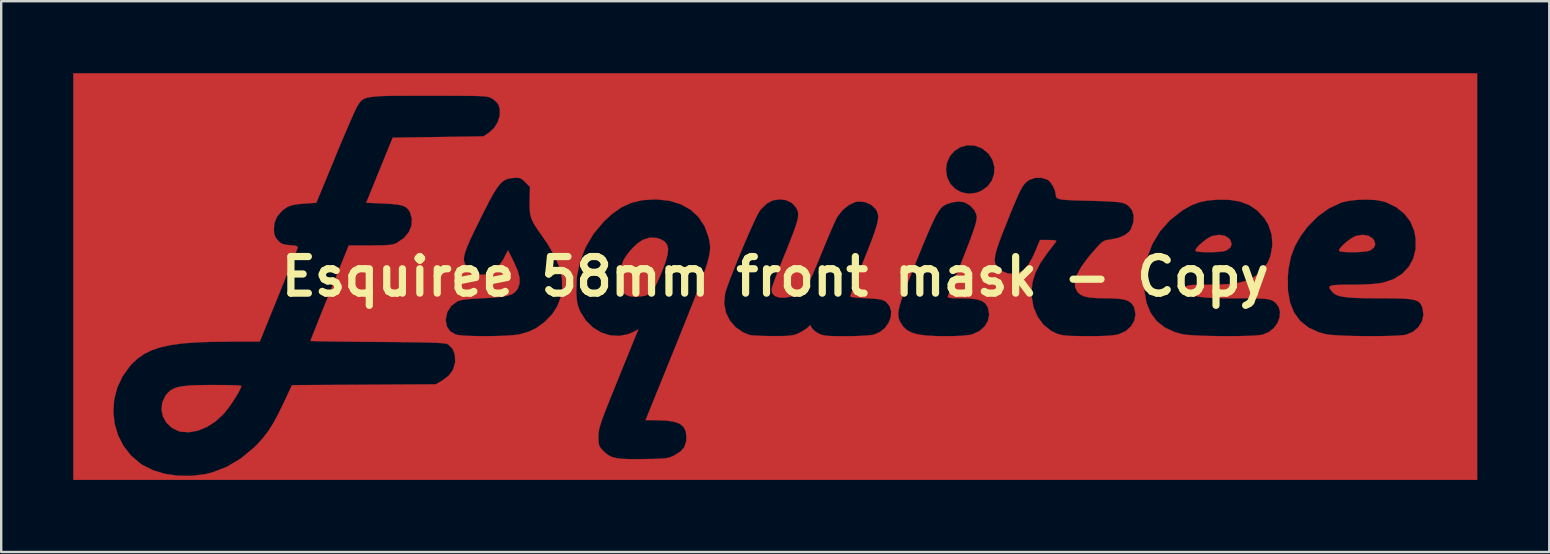
<source format=kicad_pcb>
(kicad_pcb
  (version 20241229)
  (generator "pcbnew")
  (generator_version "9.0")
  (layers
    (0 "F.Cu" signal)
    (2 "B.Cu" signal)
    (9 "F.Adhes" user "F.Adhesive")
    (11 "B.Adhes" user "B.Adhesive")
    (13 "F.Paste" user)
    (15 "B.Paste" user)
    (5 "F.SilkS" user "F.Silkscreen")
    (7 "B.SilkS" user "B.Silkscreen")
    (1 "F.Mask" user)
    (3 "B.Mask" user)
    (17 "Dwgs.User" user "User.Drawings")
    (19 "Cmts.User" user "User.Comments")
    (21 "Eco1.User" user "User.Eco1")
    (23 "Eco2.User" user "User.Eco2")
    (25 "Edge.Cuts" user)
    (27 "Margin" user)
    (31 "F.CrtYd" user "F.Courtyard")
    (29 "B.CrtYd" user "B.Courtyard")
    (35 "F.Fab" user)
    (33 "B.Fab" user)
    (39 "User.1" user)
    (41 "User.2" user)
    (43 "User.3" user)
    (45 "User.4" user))
  (footprint "Esquiree 58mm front mask - Copy"
    (layer "F.Cu")
    (at 29.243 8.472)
    (property "Reference" "Esquiree 58mm front mask - Copy" (at 0 0 0) (layer "F.SilkS") (effects (font (size 1.524 1.524) (thickness 0.3))))
    (attr through_hole)
    (fp_poly (pts (xy 18.726 -1.701) (xy 18.905 -1.589) (xy 18.963 -1.51) (xy 19.012 -1.345) (xy 18.954 -1.206) (xy 18.79 -1.087) (xy 18.678 -1.056) (xy 18.499 -1.034) (xy 18.278 -1.02) (xy 18.044 -1.015) (xy 17.822 -1.02) (xy 17.64 -1.034) (xy 17.525 -1.057) (xy 17.498 -1.08) (xy 17.542 -1.177) (xy 17.657 -1.308) (xy 17.816 -1.449) (xy 17.991 -1.578) (xy 18.155 -1.672) (xy 18.22 -1.696) (xy 18.49 -1.739) (xy 18.726 -1.701)) (stroke (width 0.01) (type solid)) (fill yes) (layer "F.Cu"))
    (fp_poly (pts (xy 24.709 -1.701) (xy 24.888 -1.589) (xy 24.947 -1.51) (xy 24.995 -1.345) (xy 24.937 -1.206) (xy 24.774 -1.087) (xy 24.662 -1.056) (xy 24.482 -1.034) (xy 24.261 -1.02) (xy 24.027 -1.015) (xy 23.805 -1.02) (xy 23.623 -1.034) (xy 23.508 -1.057) (xy 23.481 -1.08) (xy 23.525 -1.177) (xy 23.64 -1.308) (xy 23.799 -1.449) (xy 23.974 -1.578) (xy 24.139 -1.672) (xy 24.203 -1.696) (xy 24.473 -1.739) (xy 24.709 -1.701)) (stroke (width 0.01) (type solid)) (fill yes) (layer "F.Cu"))
    (fp_poly (pts (xy -23.064 4.517) (xy -22.755 4.521) (xy -22.504 4.528) (xy -22.329 4.537) (xy -22.244 4.546) (xy -22.239 4.55) (xy -22.271 4.654) (xy -22.357 4.823) (xy -22.481 5.034) (xy -22.628 5.261) (xy -22.784 5.48) (xy -22.932 5.668) (xy -22.982 5.726) (xy -23.315 6.031) (xy -23.679 6.264) (xy -24.055 6.418) (xy -24.426 6.485) (xy -24.772 6.459) (xy -24.853 6.437) (xy -25.145 6.293) (xy -25.364 6.082) (xy -25.506 5.824) (xy -25.564 5.54) (xy -25.534 5.251) (xy -25.409 4.975) (xy -25.3 4.839) (xy -25.188 4.74) (xy -25.054 4.662) (xy -24.883 4.604) (xy -24.662 4.563) (xy -24.375 4.536) (xy -24.008 4.521) (xy -23.546 4.516) (xy -23.414 4.516) (xy -23.064 4.517)) (stroke (width 0.01) (type solid)) (fill yes) (layer "F.Cu"))
    (fp_poly (pts (xy -4.934 -1.61) (xy -4.772 -1.557) (xy -4.607 -1.462) (xy -4.504 -1.331) (xy -4.462 -1.155) (xy -4.483 -0.921) (xy -4.565 -0.619) (xy -4.708 -0.236) (xy -4.757 -0.118) (xy -4.903 0.217) (xy -5.028 0.461) (xy -5.145 0.629) (xy -5.272 0.735) (xy -5.422 0.796) (xy -5.611 0.826) (xy -5.716 0.833) (xy -5.944 0.836) (xy -6.106 0.808) (xy -6.245 0.741) (xy -6.25 0.739) (xy -6.393 0.609) (xy -6.466 0.467) (xy -6.499 0.327) (xy -6.522 0.24) (xy -6.526 0.121) (xy -6.5 -0.067) (xy -6.451 -0.287) (xy -6.389 -0.504) (xy -6.321 -0.679) (xy -6.313 -0.695) (xy -6.16 -0.934) (xy -5.955 -1.177) (xy -5.731 -1.387) (xy -5.522 -1.529) (xy -5.228 -1.625) (xy -4.934 -1.61)) (stroke (width 0.01) (type solid)) (fill yes) (layer "F.Cu"))
    (fp_poly (pts (xy 29.238 8.467) (xy -29.238 8.467) (xy -29.238 5.631) (xy -27.572 5.631) (xy -27.518 6.132) (xy -27.375 6.613) (xy -27.145 7.06) (xy -26.831 7.46) (xy -26.433 7.797) (xy -26.364 7.843) (xy -25.92 8.067) (xy -25.41 8.219) (xy -24.857 8.298) (xy -24.286 8.301) (xy -23.718 8.224) (xy -23.444 8.156) (xy -22.844 7.923) (xy -22.271 7.582) (xy -21.727 7.135) (xy -21.553 6.962) (xy -21.323 6.706) (xy -21.115 6.431) (xy -20.914 6.114) (xy -20.707 5.733) (xy -20.48 5.269) (xy -20.464 5.235) (xy -20.131 4.521) (xy -17.135 4.504) (xy -14.139 4.487) (xy -13.875 4.332) (xy -13.6 4.127) (xy -13.425 3.887) (xy -13.339 3.596) (xy -13.332 3.54) (xy -13.346 3.245) (xy -13.442 3.004) (xy -13.615 2.835) (xy -13.651 2.815) (xy -13.707 2.796) (xy -13.806 2.781) (xy -13.954 2.767) (xy -14.162 2.756) (xy -14.437 2.747) (xy -14.788 2.739) (xy -15.224 2.732) (xy -15.753 2.727) (xy -16.384 2.722) (xy -16.581 2.721) (xy -17.129 2.717) (xy -17.641 2.712) (xy -18.107 2.707) (xy -18.515 2.701) (xy -18.855 2.695) (xy -19.116 2.689) (xy -19.288 2.683) (xy -19.359 2.677) (xy -19.36 2.676) (xy -19.34 2.619) (xy -19.282 2.469) (xy -19.19 2.238) (xy -19.07 1.937) (xy -19.022 1.815) (xy -13.726 1.815) (xy -13.68 2.074) (xy -13.54 2.278) (xy -13.316 2.41) (xy -13.17 2.439) (xy -12.935 2.46) (xy -12.632 2.474) (xy -12.286 2.481) (xy -11.918 2.481) (xy -11.552 2.474) (xy -11.21 2.46) (xy -10.915 2.439) (xy -10.69 2.411) (xy -10.624 2.398) (xy -10.254 2.289) (xy -9.947 2.139) (xy -9.651 1.924) (xy -9.576 1.859) (xy -9.286 1.561) (xy -9.083 1.244) (xy -8.951 0.902) (xy -8.897 0.617) (xy -8.288 0.617) (xy -8.271 0.903) (xy -8.241 1.115) (xy -8.191 1.293) (xy -8.113 1.474) (xy -8.11 1.481) (xy -7.88 1.839) (xy -7.588 2.124) (xy -7.249 2.329) (xy -6.881 2.447) (xy -6.5 2.472) (xy -6.122 2.398) (xy -5.932 2.317) (xy -5.698 2.197) (xy -5.788 2.411) (xy -5.831 2.513) (xy -5.91 2.706) (xy -6.02 2.976) (xy -6.155 3.309) (xy -6.311 3.693) (xy -6.481 4.112) (xy -6.621 4.459) (xy -6.82 4.951) (xy -6.979 5.35) (xy -7.105 5.67) (xy -7.199 5.924) (xy -7.268 6.122) (xy -7.315 6.278) (xy -7.343 6.405) (xy -7.358 6.514) (xy -7.364 6.619) (xy -7.365 6.671) (xy -7.36 6.882) (xy -7.338 7.019) (xy -7.285 7.123) (xy -7.197 7.226) (xy -7.069 7.35) (xy -6.943 7.445) (xy -6.8 7.514) (xy -6.624 7.561) (xy -6.398 7.589) (xy -6.103 7.602) (xy -5.723 7.604) (xy -5.447 7.601) (xy -5.091 7.596) (xy -4.828 7.588) (xy -4.635 7.576) (xy -4.492 7.555) (xy -4.379 7.525) (xy -4.274 7.482) (xy -4.208 7.45) (xy -3.95 7.289) (xy -3.789 7.107) (xy -3.711 6.879) (xy -3.697 6.689) (xy -3.726 6.447) (xy -3.818 6.262) (xy -3.983 6.128) (xy -4.23 6.041) (xy -4.569 5.994) (xy -4.928 5.983) (xy -5.404 5.983) (xy -4.814 4.53) (xy -4.46 3.655) (xy -4.146 2.879) (xy -3.869 2.194) (xy -3.629 1.593) (xy -3.437 1.108) (xy -2.126 1.108) (xy -2.059 1.484) (xy -1.897 1.823) (xy -1.649 2.11) (xy -1.326 2.33) (xy -1.073 2.431) (xy -0.967 2.447) (xy -0.772 2.46) (xy -0.514 2.471) (xy -0.218 2.477) (xy -0.113 2.477) (xy 0.223 2.477) (xy 0.469 2.47) (xy 0.649 2.455) (xy 0.786 2.429) (xy 0.904 2.39) (xy 0.96 2.366) (xy 1.139 2.272) (xy 1.293 2.172) (xy 1.336 2.136) (xy 1.458 2.021) (xy 1.521 2.139) (xy 1.61 2.239) (xy 1.755 2.343) (xy 1.806 2.37) (xy 1.903 2.414) (xy 2.011 2.445) (xy 2.151 2.465) (xy 2.343 2.477) (xy 2.609 2.482) (xy 2.936 2.484) (xy 3.267 2.48) (xy 3.579 2.468) (xy 3.844 2.452) (xy 4.037 2.431) (xy 4.1 2.419) (xy 4.361 2.31) (xy 4.572 2.138) (xy 4.725 1.924) (xy 4.814 1.688) (xy 4.822 1.569) (xy 5.123 1.569) (xy 5.134 1.691) (xy 5.165 1.8) (xy 5.21 1.898) (xy 5.33 2.083) (xy 5.484 2.227) (xy 5.686 2.334) (xy 5.949 2.409) (xy 6.288 2.455) (xy 6.717 2.478) (xy 7.031 2.482) (xy 7.465 2.478) (xy 7.8 2.463) (xy 8.05 2.436) (xy 8.219 2.4) (xy 8.505 2.269) (xy 8.723 2.075) (xy 8.862 1.839) (xy 8.913 1.578) (xy 8.865 1.312) (xy 8.83 1.235) (xy 8.732 1.1) (xy 8.589 1.005) (xy 8.383 0.944) (xy 8.099 0.912) (xy 7.757 0.903) (xy 7.479 0.9) (xy 7.3 0.889) (xy 7.206 0.869) (xy 7.183 0.838) (xy 7.185 0.833) (xy 7.45 0.174) (xy 7.674 -0.389) (xy 7.8 -0.705) (xy 9.143 -0.705) (xy 9.157 -0.569) (xy 9.201 -0.457) (xy 9.232 -0.407) (xy 9.417 -0.237) (xy 9.675 -0.137) (xy 9.903 -0.113) (xy 10.136 -0.151) (xy 10.342 -0.27) (xy 10.531 -0.479) (xy 10.711 -0.787) (xy 10.816 -1.018) (xy 11.03 -1.524) (xy 11.392 -1.524) (xy 11.589 -1.519) (xy 11.69 -1.502) (xy 11.709 -1.47) (xy 11.699 -1.453) (xy 11.641 -1.378) (xy 11.533 -1.239) (xy 11.397 -1.064) (xy 11.357 -1.012) (xy 11.049 -0.571) (xy 10.837 -0.159) (xy 10.714 0.242) (xy 10.674 0.651) (xy 10.681 0.835) (xy 10.761 1.276) (xy 10.927 1.669) (xy 11.17 1.999) (xy 11.48 2.252) (xy 11.716 2.37) (xy 11.834 2.41) (xy 11.965 2.439) (xy 12.129 2.459) (xy 12.345 2.472) (xy 12.634 2.478) (xy 13.014 2.481) (xy 13.451 2.479) (xy 13.79 2.468) (xy 14.046 2.449) (xy 14.236 2.42) (xy 14.315 2.4) (xy 14.601 2.269) (xy 14.819 2.075) (xy 14.958 1.839) (xy 15.009 1.578) (xy 14.961 1.312) (xy 14.926 1.235) (xy 14.835 1.106) (xy 14.705 1.014) (xy 14.519 0.952) (xy 14.259 0.917) (xy 13.91 0.904) (xy 13.788 0.903) (xy 13.396 0.895) (xy 13.099 0.871) (xy 12.88 0.827) (xy 12.722 0.758) (xy 12.608 0.661) (xy 12.59 0.64) (xy 12.491 0.439) (xy 12.483 0.201) (xy 12.538 0.019) (xy 15.365 0.019) (xy 15.375 0.594) (xy 15.465 1.091) (xy 15.637 1.511) (xy 15.892 1.854) (xy 16.23 2.122) (xy 16.652 2.316) (xy 16.954 2.399) (xy 17.13 2.424) (xy 17.394 2.445) (xy 17.725 2.461) (xy 18.103 2.473) (xy 18.507 2.479) (xy 18.916 2.481) (xy 19.31 2.478) (xy 19.669 2.469) (xy 19.97 2.456) (xy 20.195 2.437) (xy 20.299 2.419) (xy 20.562 2.31) (xy 20.772 2.142) (xy 20.923 1.932) (xy 21.01 1.701) (xy 21.028 1.469) (xy 20.969 1.255) (xy 20.83 1.078) (xy 20.714 1.002) (xy 20.636 0.969) (xy 20.538 0.945) (xy 20.405 0.927) (xy 20.221 0.915) (xy 19.97 0.908) (xy 19.637 0.904) (xy 19.241 0.903) (xy 18.722 0.901) (xy 18.303 0.892) (xy 17.972 0.875) (xy 17.717 0.848) (xy 17.525 0.811) (xy 17.384 0.761) (xy 17.282 0.697) (xy 17.23 0.646) (xy 17.142 0.539) (xy 17.1 0.461) (xy 17.115 0.406) (xy 17.197 0.37) (xy 17.359 0.35) (xy 17.61 0.34) (xy 17.961 0.338) (xy 18.02 0.338) (xy 18.534 0.329) (xy 18.953 0.304) (xy 19.294 0.258) (xy 19.574 0.188) (xy 19.81 0.092) (xy 19.932 0.019) (xy 21.35 0.019) (xy 21.358 0.593) (xy 21.448 1.09) (xy 21.619 1.509) (xy 21.874 1.853) (xy 22.213 2.122) (xy 22.635 2.316) (xy 22.937 2.399) (xy 23.113 2.424) (xy 23.377 2.445) (xy 23.708 2.461) (xy 24.086 2.473) (xy 24.49 2.479) (xy 24.899 2.481) (xy 25.293 2.478) (xy 25.652 2.469) (xy 25.954 2.456) (xy 26.178 2.437) (xy 26.282 2.419) (xy 26.566 2.299) (xy 26.79 2.108) (xy 26.94 1.867) (xy 27.003 1.597) (xy 26.967 1.319) (xy 26.967 1.318) (xy 26.92 1.197) (xy 26.859 1.101) (xy 26.77 1.029) (xy 26.641 0.977) (xy 26.457 0.941) (xy 26.207 0.919) (xy 25.876 0.908) (xy 25.452 0.904) (xy 25.224 0.903) (xy 24.705 0.901) (xy 24.286 0.892) (xy 23.955 0.875) (xy 23.7 0.848) (xy 23.508 0.811) (xy 23.367 0.761) (xy 23.265 0.697) (xy 23.213 0.646) (xy 23.125 0.539) (xy 23.083 0.461) (xy 23.098 0.406) (xy 23.18 0.37) (xy 23.342 0.35) (xy 23.593 0.34) (xy 23.944 0.338) (xy 24.003 0.338) (xy 24.494 0.33) (xy 24.905 0.307) (xy 25.223 0.27) (xy 25.315 0.253) (xy 25.749 0.111) (xy 26.109 -0.112) (xy 26.388 -0.403) (xy 26.58 -0.754) (xy 26.678 -1.153) (xy 26.678 -1.591) (xy 26.617 -1.907) (xy 26.459 -2.29) (xy 26.206 -2.622) (xy 25.869 -2.892) (xy 25.46 -3.09) (xy 25.322 -3.134) (xy 25.034 -3.187) (xy 24.68 -3.209) (xy 24.3 -3.201) (xy 23.936 -3.164) (xy 23.63 -3.099) (xy 23.566 -3.078) (xy 23.06 -2.839) (xy 22.59 -2.499) (xy 22.166 -2.067) (xy 21.893 -1.7) (xy 21.647 -1.269) (xy 21.481 -0.828) (xy 21.383 -0.343) (xy 21.35 0.019) (xy 19.932 0.019) (xy 20.009 -0.027) (xy 20.31 -0.285) (xy 20.519 -0.587) (xy 20.635 -0.879) (xy 20.71 -1.311) (xy 20.681 -1.739) (xy 20.551 -2.142) (xy 20.376 -2.435) (xy 20.085 -2.751) (xy 19.747 -2.982) (xy 19.351 -3.13) (xy 18.886 -3.202) (xy 18.421 -3.205) (xy 18.005 -3.169) (xy 17.66 -3.096) (xy 17.344 -2.974) (xy 17.016 -2.79) (xy 16.927 -2.733) (xy 16.431 -2.34) (xy 16.024 -1.88) (xy 15.71 -1.36) (xy 15.494 -0.788) (xy 15.379 -0.168) (xy 15.365 0.019) (xy 12.538 0.019) (xy 12.568 -0.079) (xy 12.747 -0.405) (xy 13.022 -0.78) (xy 13.21 -1.004) (xy 13.398 -1.218) (xy 13.533 -1.362) (xy 13.637 -1.451) (xy 13.732 -1.501) (xy 13.84 -1.528) (xy 13.968 -1.545) (xy 14.289 -1.612) (xy 14.557 -1.726) (xy 14.748 -1.875) (xy 14.811 -1.964) (xy 14.917 -2.257) (xy 14.933 -2.533) (xy 14.862 -2.772) (xy 14.707 -2.957) (xy 14.579 -3.034) (xy 14.484 -3.066) (xy 14.356 -3.093) (xy 14.178 -3.113) (xy 13.936 -3.13) (xy 13.615 -3.144) (xy 13.2 -3.156) (xy 13.079 -3.159) (xy 12.647 -3.17) (xy 12.315 -3.182) (xy 12.07 -3.197) (xy 11.898 -3.218) (xy 11.787 -3.248) (xy 11.723 -3.288) (xy 11.694 -3.342) (xy 11.685 -3.412) (xy 11.685 -3.428) (xy 11.648 -3.6) (xy 11.558 -3.79) (xy 11.441 -3.955) (xy 11.341 -4.038) (xy 11.09 -4.115) (xy 10.824 -4.111) (xy 10.585 -4.03) (xy 10.501 -3.972) (xy 10.427 -3.906) (xy 10.36 -3.831) (xy 10.293 -3.734) (xy 10.22 -3.604) (xy 10.134 -3.426) (xy 10.03 -3.189) (xy 9.9 -2.881) (xy 9.739 -2.487) (xy 9.625 -2.204) (xy 9.446 -1.751) (xy 9.311 -1.389) (xy 9.217 -1.102) (xy 9.162 -0.878) (xy 9.143 -0.705) (xy 7.8 -0.705) (xy 7.862 -0.864) (xy 8.016 -1.26) (xy 8.139 -1.585) (xy 8.234 -1.847) (xy 8.304 -2.056) (xy 8.352 -2.219) (xy 8.381 -2.345) (xy 8.393 -2.442) (xy 8.393 -2.519) (xy 8.387 -2.562) (xy 8.298 -2.767) (xy 8.129 -2.951) (xy 7.913 -3.081) (xy 7.847 -3.104) (xy 7.625 -3.126) (xy 7.365 -3.091) (xy 7.121 -3.01) (xy 7.03 -2.96) (xy 6.951 -2.899) (xy 6.873 -2.815) (xy 6.79 -2.698) (xy 6.698 -2.539) (xy 6.591 -2.326) (xy 6.465 -2.05) (xy 6.314 -1.701) (xy 6.134 -1.269) (xy 5.919 -0.743) (xy 5.871 -0.625) (xy 5.656 -0.09) (xy 5.481 0.353) (xy 5.345 0.714) (xy 5.244 1.005) (xy 5.175 1.237) (xy 5.136 1.421) (xy 5.123 1.569) (xy 4.822 1.569) (xy 4.83 1.451) (xy 4.767 1.233) (xy 4.615 1.054) (xy 4.608 1.048) (xy 4.518 0.995) (xy 4.403 0.957) (xy 4.238 0.931) (xy 3.999 0.912) (xy 3.811 0.903) (xy 3.552 0.889) (xy 3.337 0.871) (xy 3.188 0.852) (xy 3.132 0.836) (xy 3.142 0.776) (xy 3.19 0.625) (xy 3.272 0.397) (xy 3.381 0.104) (xy 3.513 -0.238) (xy 3.663 -0.617) (xy 3.691 -0.688) (xy 3.887 -1.177) (xy 4.04 -1.576) (xy 4.154 -1.895) (xy 4.232 -2.147) (xy 4.276 -2.344) (xy 4.29 -2.499) (xy 4.275 -2.623) (xy 4.235 -2.729) (xy 4.176 -2.823) (xy 3.989 -2.997) (xy 3.741 -3.103) (xy 3.472 -3.129) (xy 3.338 -3.107) (xy 3.061 -2.98) (xy 2.8 -2.765) (xy 2.585 -2.486) (xy 2.571 -2.462) (xy 2.512 -2.344) (xy 2.42 -2.14) (xy 2.3 -1.866) (xy 2.162 -1.541) (xy 2.013 -1.181) (xy 1.913 -0.936) (xy 1.726 -0.48) (xy 1.57 -0.117) (xy 1.437 0.165) (xy 1.318 0.378) (xy 1.205 0.534) (xy 1.089 0.646) (xy 0.961 0.726) (xy 0.814 0.787) (xy 0.7 0.822) (xy 0.407 0.879) (xy 0.161 0.871) (xy -0.023 0.804) (xy -0.131 0.682) (xy -0.15 0.512) (xy -0.147 0.495) (xy -0.115 0.388) (xy -0.048 0.199) (xy 0.046 -0.051) (xy 0.16 -0.339) (xy 0.235 -0.526) (xy 0.444 -1.041) (xy 0.613 -1.464) (xy 0.744 -1.805) (xy 0.842 -2.076) (xy 0.908 -2.288) (xy 0.946 -2.452) (xy 0.959 -2.58) (xy 0.95 -2.682) (xy 0.922 -2.771) (xy 0.878 -2.857) (xy 0.867 -2.876) (xy 0.687 -3.076) (xy 0.435 -3.189) (xy 0.183 -3.217) (xy -0.094 -3.177) (xy -0.341 -3.05) (xy -0.576 -2.825) (xy -0.65 -2.733) (xy -0.717 -2.62) (xy -0.818 -2.418) (xy -0.944 -2.146) (xy -1.09 -1.819) (xy -1.248 -1.454) (xy -1.411 -1.069) (xy -1.571 -0.68) (xy -1.722 -0.305) (xy -1.857 0.039) (xy -1.968 0.336) (xy -2.049 0.569) (xy -2.09 0.711) (xy -2.126 1.108) (xy -3.437 1.108) (xy -3.422 1.07) (xy -3.247 0.618) (xy -3.101 0.231) (xy -2.982 -0.099) (xy -2.888 -0.379) (xy -2.816 -0.614) (xy -2.765 -0.811) (xy -2.732 -0.978) (xy -2.715 -1.121) (xy -2.712 -1.246) (xy -2.721 -1.361) (xy -2.739 -1.472) (xy -2.764 -1.586) (xy -2.783 -1.661) (xy -2.946 -2.106) (xy -3.196 -2.483) (xy -3.526 -2.787) (xy -3.93 -3.013) (xy -4.401 -3.158) (xy -4.934 -3.216) (xy -5.019 -3.217) (xy -5.531 -3.184) (xy -5.985 -3.077) (xy -6.401 -2.888) (xy -6.802 -2.606) (xy -7.142 -2.293) (xy -7.568 -1.785) (xy -7.9 -1.224) (xy -8.134 -0.621) (xy -8.264 0.011) (xy -8.288 0.617) (xy -8.897 0.617) (xy -8.873 0.489) (xy -8.883 0.066) (xy -8.985 -0.375) (xy -9.181 -0.844) (xy -9.474 -1.35) (xy -9.699 -1.677) (xy -9.906 -1.969) (xy -10.053 -2.2) (xy -10.149 -2.397) (xy -10.204 -2.586) (xy -10.229 -2.796) (xy -10.232 -3.052) (xy -10.23 -3.152) (xy -10.216 -3.736) (xy -10.415 -3.935) (xy -10.538 -4.05) (xy -10.641 -4.105) (xy -10.77 -4.118) (xy -10.925 -4.108) (xy -11.078 -4.088) (xy -11.211 -4.048) (xy -11.335 -3.977) (xy -11.456 -3.865) (xy -11.584 -3.702) (xy -11.727 -3.477) (xy -11.893 -3.179) (xy -12.09 -2.798) (xy -12.298 -2.381) (xy -12.524 -1.923) (xy -12.699 -1.552) (xy -12.829 -1.257) (xy -12.915 -1.024) (xy -12.961 -0.842) (xy -12.971 -0.699) (xy -12.947 -0.581) (xy -12.893 -0.477) (xy -12.816 -0.379) (xy -12.578 -0.177) (xy -12.321 -0.08) (xy -12.058 -0.085) (xy -11.799 -0.191) (xy -11.558 -0.393) (xy -11.344 -0.688) (xy -11.292 -0.784) (xy -11.133 -1.097) (xy -10.892 -0.619) (xy -10.73 -0.252) (xy -10.65 0.053) (xy -10.653 0.305) (xy -10.735 0.517) (xy -10.743 0.529) (xy -10.833 0.639) (xy -10.952 0.724) (xy -11.116 0.787) (xy -11.341 0.834) (xy -11.643 0.868) (xy -12.037 0.893) (xy -12.162 0.899) (xy -12.562 0.921) (xy -12.861 0.947) (xy -13.073 0.978) (xy -13.209 1.016) (xy -13.236 1.028) (xy -13.495 1.22) (xy -13.659 1.473) (xy -13.725 1.779) (xy -13.726 1.815) (xy -19.022 1.815) (xy -18.927 1.578) (xy -18.764 1.172) (xy -18.586 0.732) (xy -18.563 0.675) (xy -17.765 -1.298) (xy -16.867 -1.298) (xy -16.516 -1.3) (xy -16.257 -1.306) (xy -16.07 -1.32) (xy -15.934 -1.341) (xy -15.829 -1.374) (xy -15.76 -1.406) (xy -15.469 -1.605) (xy -15.264 -1.85) (xy -15.151 -2.126) (xy -15.137 -2.417) (xy -15.214 -2.679) (xy -15.289 -2.803) (xy -15.391 -2.894) (xy -15.536 -2.959) (xy -15.745 -3.002) (xy -16.034 -3.03) (xy -16.322 -3.046) (xy -17.037 -3.076) (xy -16.487 -4.431) (xy -16.477 -4.454) (xy 7.112 -4.454) (xy 7.162 -4.13) (xy 7.299 -3.858) (xy 7.507 -3.647) (xy 7.768 -3.508) (xy 8.063 -3.453) (xy 8.376 -3.49) (xy 8.581 -3.57) (xy 8.846 -3.759) (xy 9.025 -4.003) (xy 9.12 -4.28) (xy 9.129 -4.572) (xy 9.053 -4.856) (xy 8.891 -5.114) (xy 8.643 -5.324) (xy 8.606 -5.346) (xy 8.305 -5.459) (xy 8.003 -5.472) (xy 7.719 -5.395) (xy 7.469 -5.238) (xy 7.273 -5.014) (xy 7.148 -4.732) (xy 7.112 -4.454) (xy -16.477 -4.454) (xy -15.936 -5.786) (xy -14.046 -5.814) (xy -12.155 -5.842) (xy -11.926 -5.993) (xy -11.711 -6.19) (xy -11.557 -6.44) (xy -11.474 -6.714) (xy -11.472 -6.983) (xy -11.53 -7.165) (xy -11.625 -7.285) (xy -11.768 -7.401) (xy -11.797 -7.419) (xy -11.848 -7.447) (xy -11.905 -7.471) (xy -11.979 -7.489) (xy -12.079 -7.504) (xy -12.218 -7.515) (xy -12.405 -7.523) (xy -12.651 -7.529) (xy -12.968 -7.532) (xy -13.366 -7.534) (xy -13.855 -7.535) (xy -14.422 -7.535) (xy -15.046 -7.535) (xy -15.568 -7.534) (xy -15.998 -7.53) (xy -16.346 -7.521) (xy -16.622 -7.506) (xy -16.836 -7.483) (xy -17 -7.451) (xy -17.122 -7.409) (xy -17.214 -7.353) (xy -17.286 -7.284) (xy -17.347 -7.199) (xy -17.409 -7.096) (xy -17.426 -7.067) (xy -17.482 -6.956) (xy -17.575 -6.753) (xy -17.699 -6.474) (xy -17.846 -6.132) (xy -18.012 -5.742) (xy -18.191 -5.317) (xy -18.345 -4.944) (xy -19.115 -3.076) (xy -19.625 -3.04) (xy -19.927 -3.012) (xy -20.147 -2.97) (xy -20.317 -2.903) (xy -20.468 -2.801) (xy -20.565 -2.717) (xy -20.76 -2.487) (xy -20.861 -2.231) (xy -20.884 -1.979) (xy -20.87 -1.779) (xy -20.815 -1.634) (xy -20.724 -1.515) (xy -20.617 -1.411) (xy -20.505 -1.352) (xy -20.347 -1.322) (xy -20.212 -1.31) (xy -20.02 -1.291) (xy -19.919 -1.266) (xy -19.889 -1.226) (xy -19.895 -1.192) (xy -19.924 -1.12) (xy -19.989 -0.956) (xy -20.087 -0.712) (xy -20.213 -0.4) (xy -20.361 -0.034) (xy -20.527 0.376) (xy -20.7 0.804) (xy -21.472 2.709) (xy -22.744 2.709) (xy -23.502 2.717) (xy -24.158 2.743) (xy -24.723 2.788) (xy -25.207 2.856) (xy -25.621 2.948) (xy -25.975 3.069) (xy -26.281 3.219) (xy -26.547 3.403) (xy -26.785 3.621) (xy -26.87 3.714) (xy -27.187 4.152) (xy -27.409 4.627) (xy -27.537 5.124) (xy -27.572 5.631) (xy -29.238 5.631) (xy -29.238 -8.467) (xy 29.238 -8.467) (xy 29.238 8.467)) (stroke (width 0.01) (type solid)) (fill yes) (layer "F.Cu")))
  (gr_rect
    (start -3 -3)
    (end 61.486 19.943)
    (stroke (width 0.1) (type default))
    (fill no)
    (layer "Edge.Cuts")))
</source>
